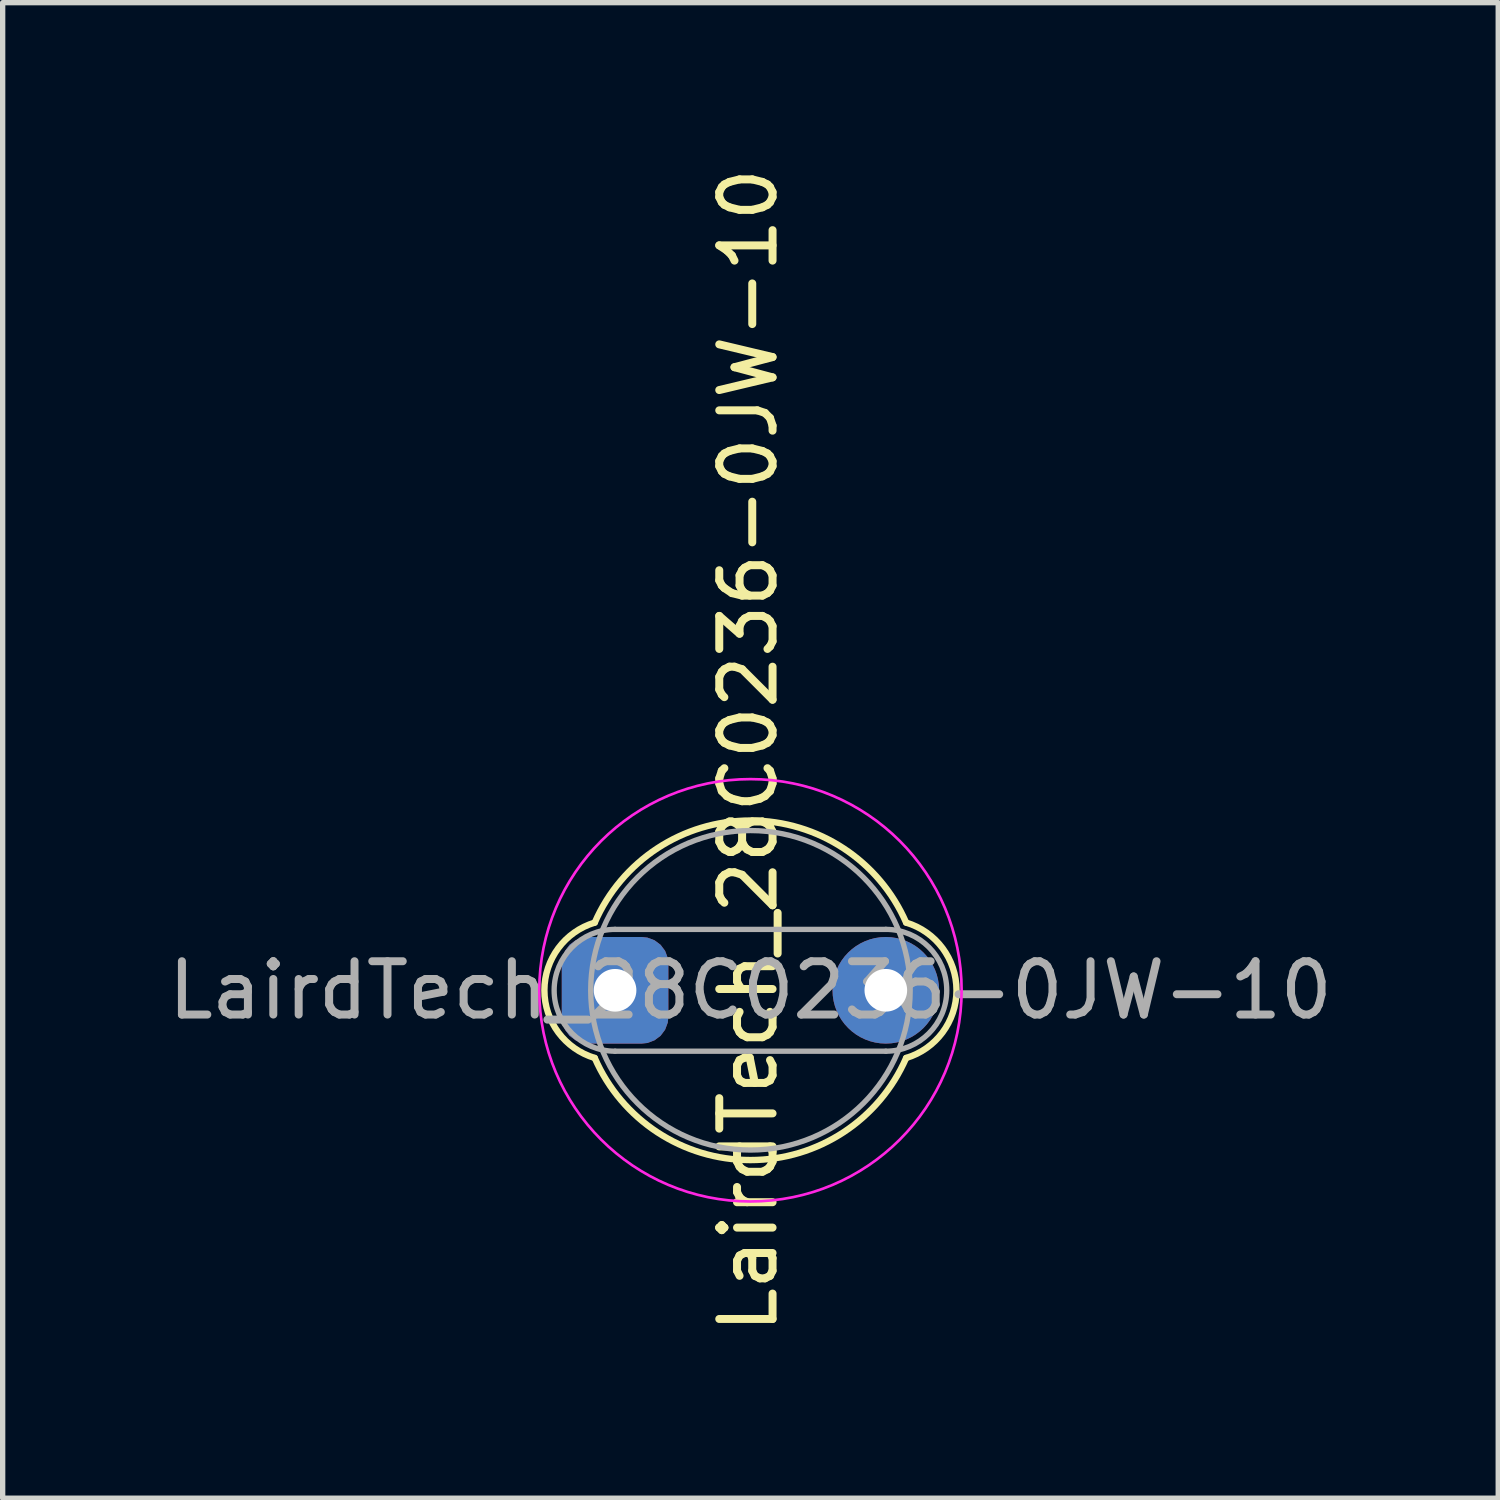
<source format=kicad_pcb>
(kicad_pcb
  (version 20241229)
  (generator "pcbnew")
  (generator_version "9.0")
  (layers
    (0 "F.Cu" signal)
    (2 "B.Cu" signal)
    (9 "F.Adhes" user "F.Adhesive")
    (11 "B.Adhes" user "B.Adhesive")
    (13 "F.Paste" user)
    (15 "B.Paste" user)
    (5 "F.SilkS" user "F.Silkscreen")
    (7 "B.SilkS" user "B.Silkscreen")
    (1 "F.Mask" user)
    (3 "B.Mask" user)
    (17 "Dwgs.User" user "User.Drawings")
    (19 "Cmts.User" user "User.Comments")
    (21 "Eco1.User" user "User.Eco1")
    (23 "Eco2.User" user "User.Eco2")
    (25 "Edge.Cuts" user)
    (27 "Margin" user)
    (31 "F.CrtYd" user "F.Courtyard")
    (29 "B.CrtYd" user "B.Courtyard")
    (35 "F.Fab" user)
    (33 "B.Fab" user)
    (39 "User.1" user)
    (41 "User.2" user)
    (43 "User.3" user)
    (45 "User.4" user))
  (footprint "LairdTech_28C0236-0JW-10"
    (layer "F.Cu")
    (at 8.49 15.53)
    (property "Reference" "LairdTech_28C0236-0JW-10" (at 2.5 -4.5 270) (layer "F.SilkS") (effects (font (size 1 1) (thickness 0.15))))
    (attr through_hole)
    (fp_arc (start -0.381 1.27) (mid -1.325919 0) (end -0.381 -1.27) (stroke (width 0.12) (type solid)) (layer "F.SilkS"))
    (fp_arc (start -0.380999 -1.27) (mid 2.54 -3.185143) (end 5.460999 -1.269999) (stroke (width 0.12) (type solid)) (layer "F.SilkS"))
    (fp_arc (start 5.460999 1.27) (mid 2.54 3.185143) (end -0.380999 1.269999) (stroke (width 0.12) (type solid)) (layer "F.SilkS"))
    (fp_arc (start 5.461 -1.27) (mid 6.405919 0) (end 5.461 1.27) (stroke (width 0.12) (type solid)) (layer "F.SilkS"))
    (fp_circle (center 2.54 0) (end 6.502 0) (stroke (width 0.05) (type solid)) (fill no) (layer "F.CrtYd"))
    (fp_line (start 0 -1.143) (end 5.08 -1.143) (stroke (width 0.1) (type solid)) (layer "F.Fab"))
    (fp_line (start 5.08 1.143) (end 0 1.143) (stroke (width 0.1) (type solid)) (layer "F.Fab"))
    (fp_arc (start 0 1.143) (mid -1.143 0) (end 0 -1.143) (stroke (width 0.1) (type solid)) (layer "F.Fab"))
    (fp_arc (start 5.08 -1.143) (mid 6.223 0) (end 5.08 1.143) (stroke (width 0.1) (type solid)) (layer "F.Fab"))
    (fp_circle (center 2.54 0) (end 5.537 0) (stroke (width 0.1) (type solid)) (fill no) (layer "F.Fab"))
    (fp_text user "${REFERENCE}" (at 2.54 0 0) (layer "F.Fab") (effects (font (size 1 1) (thickness 0.15))))
    (pad "1" thru_hole roundrect (at 0 0) (size 2 2) (drill 0.8) (layers "*.Cu" "*.Mask") (roundrect_rratio 0.25))
    (pad "2" thru_hole circle (at 5.08 0) (size 2 2) (drill 0.8) (layers "*.Cu" "*.Mask")))
  (gr_rect
    (start -3 -3)
    (end 25.06 25.06)
    (stroke (width 0.1) (type default))
    (fill no)
    (layer "Edge.Cuts")))
</source>
